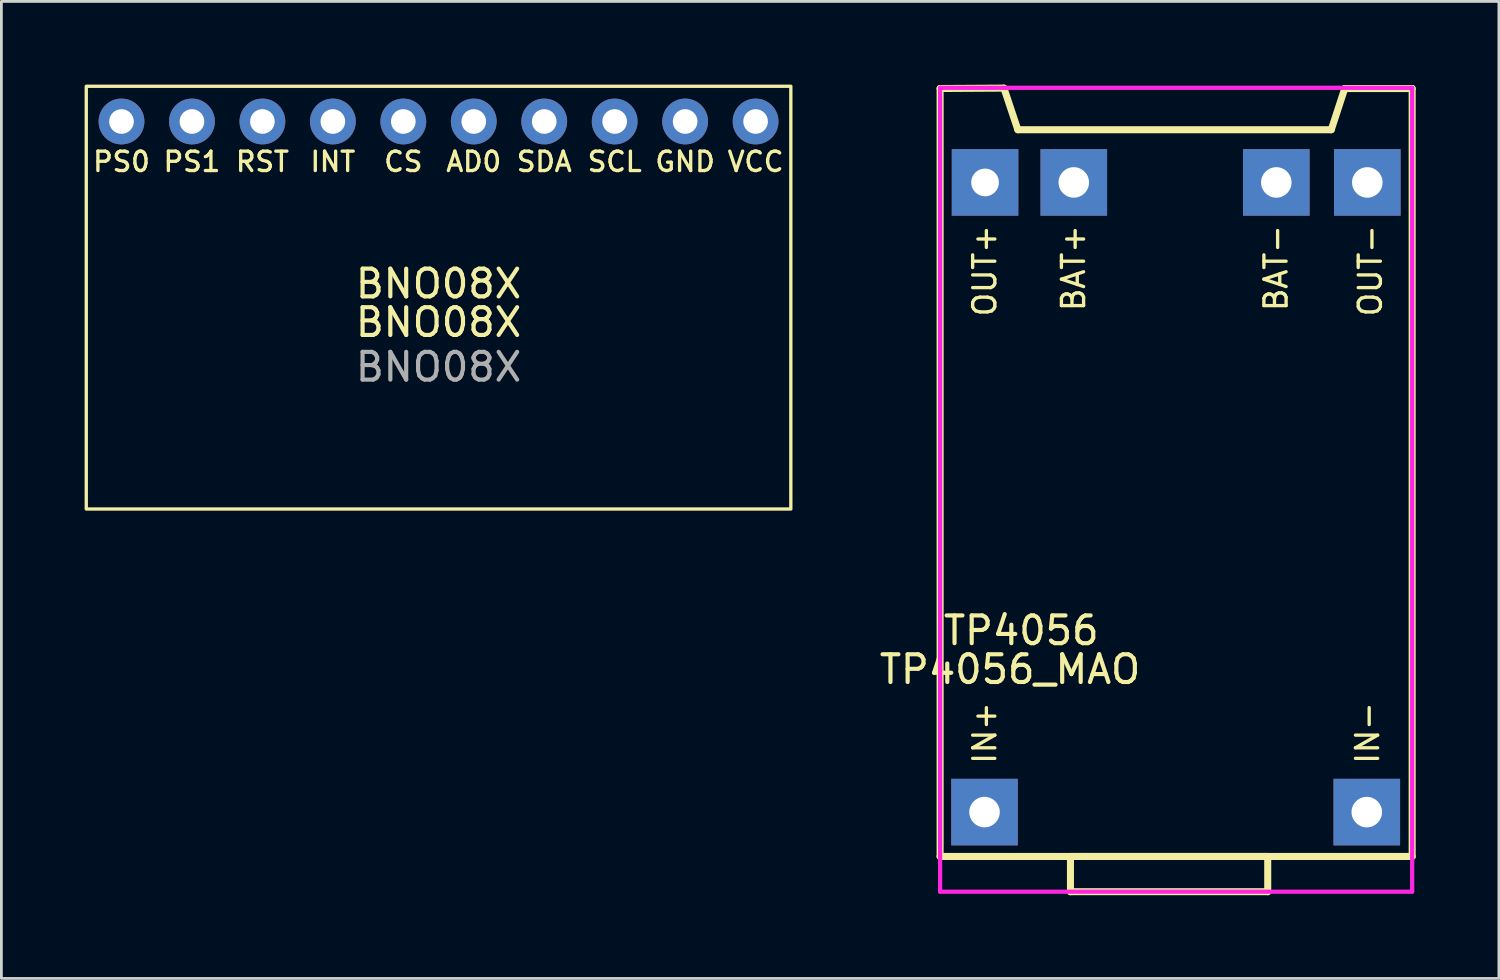
<source format=kicad_pcb>
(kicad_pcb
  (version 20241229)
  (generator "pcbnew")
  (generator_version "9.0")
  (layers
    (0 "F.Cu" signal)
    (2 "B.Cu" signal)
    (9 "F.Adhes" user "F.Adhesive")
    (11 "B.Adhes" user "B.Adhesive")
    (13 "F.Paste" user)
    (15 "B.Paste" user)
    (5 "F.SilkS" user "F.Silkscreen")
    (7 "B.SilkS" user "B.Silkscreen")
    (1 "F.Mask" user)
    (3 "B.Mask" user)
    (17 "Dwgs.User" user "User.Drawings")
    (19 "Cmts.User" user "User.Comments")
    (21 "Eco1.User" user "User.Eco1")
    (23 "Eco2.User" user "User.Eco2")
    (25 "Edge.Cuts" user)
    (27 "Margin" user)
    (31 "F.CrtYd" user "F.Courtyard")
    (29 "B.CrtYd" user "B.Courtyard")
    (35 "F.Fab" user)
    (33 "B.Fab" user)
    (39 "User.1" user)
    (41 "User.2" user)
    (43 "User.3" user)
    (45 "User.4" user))
  (footprint "BNO08X"
    (layer "F.Cu")
    (at 12.76 7.68)
    (property "Reference" "BNO08X" (at 0 -0.5 0) (unlocked yes) (layer "F.SilkS") (effects (font (size 1 1) (thickness 0.15))))
    (attr through_hole)
    (fp_rect (start -12.7 -7.62) (end 12.7 7.62) (stroke (width 0.12) (type solid)) (fill no) (layer "F.SilkS"))
    (fp_text user "RST" (at -6.35 -4.9 0) (unlocked yes) (layer "F.SilkS") (effects (font (size 0.7 0.7) (thickness 0.12))))
    (fp_text user "GND" (at 8.89 -4.9 0) (unlocked yes) (layer "F.SilkS") (effects (font (size 0.7 0.7) (thickness 0.12))))
    (fp_text user "PS0" (at -11.43 -4.9 0) (unlocked yes) (layer "F.SilkS") (effects (font (size 0.7 0.7) (thickness 0.12))))
    (fp_text user "AD0" (at 1.27 -4.9 0) (unlocked yes) (layer "F.SilkS") (effects (font (size 0.7 0.7) (thickness 0.12))))
    (fp_text user "VCC" (at 11.43 -4.9 0) (unlocked yes) (layer "F.SilkS") (effects (font (size 0.7 0.7) (thickness 0.12))))
    (fp_text user "INT" (at -3.81 -4.9 0) (unlocked yes) (layer "F.SilkS") (effects (font (size 0.7 0.7) (thickness 0.12))))
    (fp_text user "SCL" (at 6.35 -4.9 0) (unlocked yes) (layer "F.SilkS") (effects (font (size 0.7 0.7) (thickness 0.12))))
    (fp_text user "PS1" (at -8.89 -4.9 0) (unlocked yes) (layer "F.SilkS") (effects (font (size 0.7 0.7) (thickness 0.12))))
    (fp_text user "CS" (at -1.27 -4.9 0) (unlocked yes) (layer "F.SilkS") (effects (font (size 0.7 0.7) (thickness 0.12))))
    (fp_text user "SDA" (at 3.81 -4.9 0) (unlocked yes) (layer "F.SilkS") (effects (font (size 0.7 0.7) (thickness 0.12))))
    (fp_text user "BNO08X" (at 0 0.89 0) (unlocked yes) (layer "F.SilkS") (effects (font (size 1 1) (thickness 0.15))))
    (fp_text user "${REFERENCE}" (at 0 2.5 0) (unlocked yes) (layer "F.Fab") (effects (font (size 1 1) (thickness 0.15))))
    (pad "1" thru_hole circle (at -11.43 -6.35 180) (size 1.651 1.651) (drill 0.889) (layers "*.Cu" "*.Mask"))
    (pad "2" thru_hole circle (at -8.89 -6.35 180) (size 1.651 1.651) (drill 0.889) (layers "*.Cu" "*.Mask"))
    (pad "3" thru_hole circle (at -6.35 -6.35 180) (size 1.651 1.651) (drill 0.889) (layers "*.Cu" "*.Mask"))
    (pad "4" thru_hole circle (at -3.81 -6.35 180) (size 1.651 1.651) (drill 0.889) (layers "*.Cu" "*.Mask"))
    (pad "5" thru_hole circle (at -1.27 -6.35 180) (size 1.651 1.651) (drill 0.889) (layers "*.Cu" "*.Mask"))
    (pad "6" thru_hole circle (at 1.27 -6.35 180) (size 1.651 1.651) (drill 0.889) (layers "*.Cu" "*.Mask"))
    (pad "7" thru_hole circle (at 3.81 -6.35 180) (size 1.651 1.651) (drill 0.889) (layers "*.Cu" "*.Mask"))
    (pad "8" thru_hole circle (at 6.35 -6.35 180) (size 1.651 1.651) (drill 0.889) (layers "*.Cu" "*.Mask"))
    (pad "9" thru_hole circle (at 8.89 -6.35 180) (size 1.651 1.651) (drill 0.889) (layers "*.Cu" "*.Mask"))
    (pad "10" thru_hole circle (at 11.43 -6.35 180) (size 1.651 1.651) (drill 0.889) (layers "*.Cu" "*.Mask")))
  (footprint "TP4056_MAO"
    (layer "F.Cu")
    (at 39.351 14.492)
    (property "Reference" "TP4056_MAO" (at -1.2 6.59 180) (layer "F.SilkS") (effects (font (size 1 1) (thickness 0.15)) (justify right)))
    (attr through_hole)
    (fp_line (start -8.509 -14.351) (end -8.509 13.335) (stroke (width 0.254) (type solid)) (layer "F.SilkS"))
    (fp_line (start -8.509 13.335) (end 8.509 13.335) (stroke (width 0.254) (type solid)) (layer "F.SilkS"))
    (fp_line (start -6.208 -14.365) (end -8.509 -14.351) (stroke (width 0.254) (type solid)) (layer "F.SilkS"))
    (fp_line (start -5.707 -12.865) (end -6.208 -14.365) (stroke (width 0.254) (type solid)) (layer "F.SilkS"))
    (fp_line (start -3.81 13.335) (end -3.81 14.605) (stroke (width 0.254) (type solid)) (layer "F.SilkS"))
    (fp_line (start -3.81 14.605) (end 3.302 14.605) (stroke (width 0.254) (type solid)) (layer "F.SilkS"))
    (fp_line (start 3.302 13.335) (end -3.81 13.335) (stroke (width 0.254) (type solid)) (layer "F.SilkS"))
    (fp_line (start 3.302 14.605) (end 3.302 13.335) (stroke (width 0.254) (type solid)) (layer "F.SilkS"))
    (fp_line (start 5.593 -12.865) (end -5.707 -12.865) (stroke (width 0.254) (type solid)) (layer "F.SilkS"))
    (fp_line (start 6.078 -14.351) (end 5.593 -12.865) (stroke (width 0.254) (type solid)) (layer "F.SilkS"))
    (fp_line (start 8.509 -14.351) (end 6.078 -14.351) (stroke (width 0.254) (type solid)) (layer "F.SilkS"))
    (fp_line (start 8.509 13.335) (end 8.509 -14.351) (stroke (width 0.254) (type solid)) (layer "F.SilkS"))
    (fp_line (start -8.509 -14.377) (end 8.509 -14.377) (stroke (width 0.152) (type solid)) (layer "F.CrtYd"))
    (fp_line (start -8.509 14.604) (end -8.509 -14.377) (stroke (width 0.152) (type solid)) (layer "F.CrtYd"))
    (fp_line (start 8.509 -14.377) (end 8.509 14.604) (stroke (width 0.152) (type solid)) (layer "F.CrtYd"))
    (fp_line (start 8.509 14.604) (end -8.509 14.604) (stroke (width 0.152) (type solid)) (layer "F.CrtYd"))
    (fp_text user "OUT-" (at 7 -9.5 90) (layer "F.SilkS") (effects (font (size 0.8 0.8) (thickness 0.12)) (justify right)))
    (fp_text user "BAT-" (at 3.6 -9.5 90) (layer "F.SilkS") (effects (font (size 0.8 0.8) (thickness 0.12)) (justify right)))
    (fp_text user "TP4056" (at -2.7 5.19 180) (layer "F.SilkS") (effects (font (size 1 1) (thickness 0.15)) (justify right)))
    (fp_text user "IN+" (at -6.9 7.7 90) (layer "F.SilkS") (effects (font (size 0.8 0.8) (thickness 0.12)) (justify right)))
    (fp_text user "IN-" (at 6.9 7.7 90) (layer "F.SilkS") (effects (font (size 0.8 0.8) (thickness 0.12)) (justify right)))
    (fp_text user "OUT+" (at -6.9 -9.5 90) (layer "F.SilkS") (effects (font (size 0.8 0.8) (thickness 0.12)) (justify right)))
    (fp_text user "BAT+" (at -3.7 -9.5 90) (layer "F.SilkS") (effects (font (size 0.8 0.8) (thickness 0.12)) (justify right)))
    (pad "1" thru_hole rect (at -6.908 11.735 270) (size 2.4 2.4) (drill 1.1) (layers "*.Cu" "*.Mask"))
    (pad "2" thru_hole rect (at 6.873 11.735 270) (size 2.4 2.4) (drill 1.1) (layers "*.Cu" "*.Mask"))
    (pad "3" thru_hole rect (at -6.889 -10.965 270) (size 2.4 2.4) (drill 1) (layers "*.Cu" "*.Mask"))
    (pad "4" thru_hole rect (at -3.69 -10.965 270) (size 2.4 2.4) (drill 1.1) (layers "*.Cu" "*.Mask"))
    (pad "5" thru_hole rect (at 3.611 -10.965 270) (size 2.4 2.4) (drill 1.1) (layers "*.Cu" "*.Mask"))
    (pad "6" thru_hole rect (at 6.892 -10.965 270) (size 2.4 2.4) (drill 1.1) (layers "*.Cu" "*.Mask")))
  (gr_rect
    (start -3 -3)
    (end 50.987 32.224)
    (stroke (width 0.1) (type default))
    (fill no)
    (layer "Edge.Cuts")))
</source>
